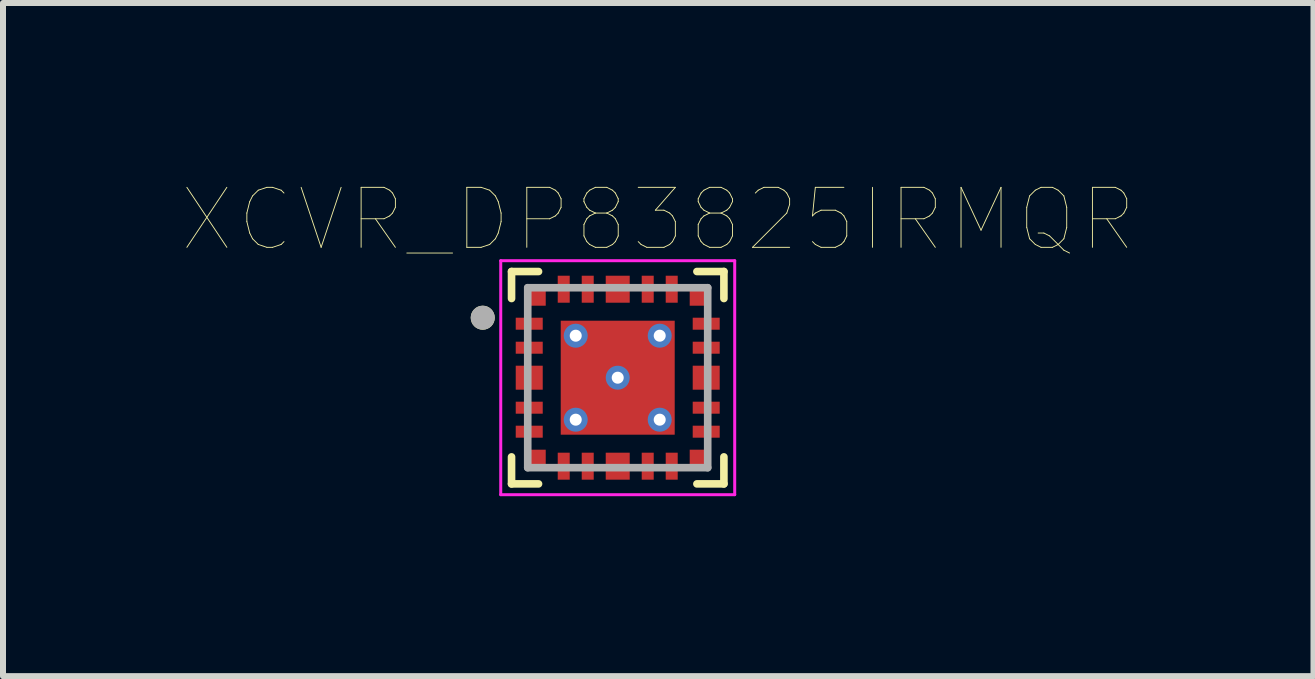
<source format=kicad_pcb>
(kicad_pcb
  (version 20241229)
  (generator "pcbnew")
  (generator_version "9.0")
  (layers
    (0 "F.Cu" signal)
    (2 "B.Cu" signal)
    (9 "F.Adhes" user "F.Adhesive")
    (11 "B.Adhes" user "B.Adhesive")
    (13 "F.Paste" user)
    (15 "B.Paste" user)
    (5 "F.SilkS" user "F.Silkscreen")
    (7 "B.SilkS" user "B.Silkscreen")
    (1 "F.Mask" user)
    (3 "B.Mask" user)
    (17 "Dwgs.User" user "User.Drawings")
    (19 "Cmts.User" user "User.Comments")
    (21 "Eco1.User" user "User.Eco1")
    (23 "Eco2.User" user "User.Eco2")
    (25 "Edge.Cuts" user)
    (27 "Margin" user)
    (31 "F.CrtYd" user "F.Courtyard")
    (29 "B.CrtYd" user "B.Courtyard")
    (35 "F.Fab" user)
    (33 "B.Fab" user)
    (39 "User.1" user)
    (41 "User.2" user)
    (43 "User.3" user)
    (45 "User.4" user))
  (footprint "XCVR_DP83825IRMQR"
    (layer "F.Cu")
    (at 7.247 3.246)
    (property "Reference" "XCVR_DP83825IRMQR" (at 0.675 -2.635 0) (layer "F.SilkS") (effects (font (size 1 1) (thickness 0.015))))
    (attr through_hole)
    (fp_poly (pts (xy -1.75 -1.05) (xy -1.2 -1.05) (xy -1.2 -0.75) (xy -1.75 -0.75)) (stroke (width 0.01) (type solid)) (fill yes) (layer "F.Mask"))
    (fp_poly (pts (xy -1.75 -0.65) (xy -1.2 -0.65) (xy -1.2 -0.35) (xy -1.75 -0.35)) (stroke (width 0.01) (type solid)) (fill yes) (layer "F.Mask"))
    (fp_poly (pts (xy -1.75 -0.25) (xy -1.2 -0.25) (xy -1.2 0.25) (xy -1.75 0.25)) (stroke (width 0.01) (type solid)) (fill yes) (layer "F.Mask"))
    (fp_poly (pts (xy -1.75 0.35) (xy -1.2 0.35) (xy -1.2 0.65) (xy -1.75 0.65)) (stroke (width 0.01) (type solid)) (fill yes) (layer "F.Mask"))
    (fp_poly (pts (xy -1.75 0.75) (xy -1.2 0.75) (xy -1.2 1.05) (xy -1.75 1.05)) (stroke (width 0.01) (type solid)) (fill yes) (layer "F.Mask"))
    (fp_poly (pts (xy -1.5 -1.5) (xy -1.15 -1.5) (xy -1.15 -1.15) (xy -1.5 -1.15)) (stroke (width 0.01) (type solid)) (fill yes) (layer "F.Mask"))
    (fp_poly (pts (xy -1.5 1.15) (xy -1.15 1.15) (xy -1.15 1.5) (xy -1.5 1.5)) (stroke (width 0.01) (type solid)) (fill yes) (layer "F.Mask"))
    (fp_poly (pts (xy -1.05 -1.75) (xy -0.75 -1.75) (xy -0.75 -1.2) (xy -1.05 -1.2)) (stroke (width 0.01) (type solid)) (fill yes) (layer "F.Mask"))
    (fp_poly (pts (xy -1.05 1.2) (xy -0.75 1.2) (xy -0.75 1.75) (xy -1.05 1.75)) (stroke (width 0.01) (type solid)) (fill yes) (layer "F.Mask"))
    (fp_poly (pts (xy -1 -1) (xy 1 -1) (xy 1 1) (xy -1 1)) (stroke (width 0.01) (type solid)) (fill yes) (layer "F.Mask"))
    (fp_poly (pts (xy -0.65 -1.75) (xy -0.35 -1.75) (xy -0.35 -1.2) (xy -0.65 -1.2)) (stroke (width 0.01) (type solid)) (fill yes) (layer "F.Mask"))
    (fp_poly (pts (xy -0.65 1.2) (xy -0.35 1.2) (xy -0.35 1.75) (xy -0.65 1.75)) (stroke (width 0.01) (type solid)) (fill yes) (layer "F.Mask"))
    (fp_poly (pts (xy -0.25 -1.75) (xy 0.25 -1.75) (xy 0.25 -1.2) (xy -0.25 -1.2)) (stroke (width 0.01) (type solid)) (fill yes) (layer "F.Mask"))
    (fp_poly (pts (xy -0.25 1.2) (xy 0.25 1.2) (xy 0.25 1.75) (xy -0.25 1.75)) (stroke (width 0.01) (type solid)) (fill yes) (layer "F.Mask"))
    (fp_poly (pts (xy 0.35 -1.75) (xy 0.65 -1.75) (xy 0.65 -1.2) (xy 0.35 -1.2)) (stroke (width 0.01) (type solid)) (fill yes) (layer "F.Mask"))
    (fp_poly (pts (xy 0.35 1.2) (xy 0.65 1.2) (xy 0.65 1.75) (xy 0.35 1.75)) (stroke (width 0.01) (type solid)) (fill yes) (layer "F.Mask"))
    (fp_poly (pts (xy 0.75 -1.75) (xy 1.05 -1.75) (xy 1.05 -1.2) (xy 0.75 -1.2)) (stroke (width 0.01) (type solid)) (fill yes) (layer "F.Mask"))
    (fp_poly (pts (xy 0.75 1.2) (xy 1.05 1.2) (xy 1.05 1.75) (xy 0.75 1.75)) (stroke (width 0.01) (type solid)) (fill yes) (layer "F.Mask"))
    (fp_poly (pts (xy 1.15 -1.5) (xy 1.5 -1.5) (xy 1.5 -1.15) (xy 1.15 -1.15)) (stroke (width 0.01) (type solid)) (fill yes) (layer "F.Mask"))
    (fp_poly (pts (xy 1.15 1.15) (xy 1.5 1.15) (xy 1.5 1.5) (xy 1.15 1.5)) (stroke (width 0.01) (type solid)) (fill yes) (layer "F.Mask"))
    (fp_poly (pts (xy 1.2 -1.05) (xy 1.75 -1.05) (xy 1.75 -0.75) (xy 1.2 -0.75)) (stroke (width 0.01) (type solid)) (fill yes) (layer "F.Mask"))
    (fp_poly (pts (xy 1.2 -0.65) (xy 1.75 -0.65) (xy 1.75 -0.35) (xy 1.2 -0.35)) (stroke (width 0.01) (type solid)) (fill yes) (layer "F.Mask"))
    (fp_poly (pts (xy 1.2 -0.25) (xy 1.75 -0.25) (xy 1.75 0.25) (xy 1.2 0.25)) (stroke (width 0.01) (type solid)) (fill yes) (layer "F.Mask"))
    (fp_poly (pts (xy 1.2 0.35) (xy 1.75 0.35) (xy 1.75 0.65) (xy 1.2 0.65)) (stroke (width 0.01) (type solid)) (fill yes) (layer "F.Mask"))
    (fp_poly (pts (xy 1.2 0.75) (xy 1.75 0.75) (xy 1.75 1.05) (xy 1.2 1.05)) (stroke (width 0.01) (type solid)) (fill yes) (layer "F.Mask"))
    (fp_line (start -1.77 -1.77) (end -1.77 -1.32) (stroke (width 0.127) (type solid)) (layer "F.SilkS"))
    (fp_line (start -1.77 -1.77) (end -1.32 -1.77) (stroke (width 0.127) (type solid)) (layer "F.SilkS"))
    (fp_line (start -1.77 1.77) (end -1.77 1.32) (stroke (width 0.127) (type solid)) (layer "F.SilkS"))
    (fp_line (start -1.77 1.77) (end -1.32 1.77) (stroke (width 0.127) (type solid)) (layer "F.SilkS"))
    (fp_line (start 1.77 -1.77) (end 1.32 -1.77) (stroke (width 0.127) (type solid)) (layer "F.SilkS"))
    (fp_line (start 1.77 -1.77) (end 1.77 -1.32) (stroke (width 0.127) (type solid)) (layer "F.SilkS"))
    (fp_line (start 1.77 1.77) (end 1.32 1.77) (stroke (width 0.127) (type solid)) (layer "F.SilkS"))
    (fp_line (start 1.77 1.77) (end 1.77 1.32) (stroke (width 0.127) (type solid)) (layer "F.SilkS"))
    (fp_circle (center -2.25 -1) (end -2.15 -1) (stroke (width 0.2) (type solid)) (fill no) (layer "F.SilkS"))
    (fp_poly (pts (xy -0.855 -0.855) (xy 0.855 -0.855) (xy 0.855 0.855) (xy -0.855 0.855)) (stroke (width 0.01) (type solid)) (fill yes) (layer "F.Paste"))
    (fp_line (start -1.95 -1.95) (end 1.95 -1.95) (stroke (width 0.05) (type solid)) (layer "F.CrtYd"))
    (fp_line (start -1.95 1.95) (end -1.95 -1.95) (stroke (width 0.05) (type solid)) (layer "F.CrtYd"))
    (fp_line (start -1.95 1.95) (end 1.95 1.95) (stroke (width 0.05) (type solid)) (layer "F.CrtYd"))
    (fp_line (start 1.95 1.95) (end 1.95 -1.95) (stroke (width 0.05) (type solid)) (layer "F.CrtYd"))
    (fp_line (start -1.5 1.5) (end -1.5 -1.5) (stroke (width 0.127) (type solid)) (layer "F.Fab"))
    (fp_line (start 1.5 -1.5) (end -1.5 -1.5) (stroke (width 0.127) (type solid)) (layer "F.Fab"))
    (fp_line (start 1.5 1.5) (end -1.5 1.5) (stroke (width 0.127) (type solid)) (layer "F.Fab"))
    (fp_line (start 1.5 1.5) (end 1.5 -1.5) (stroke (width 0.127) (type solid)) (layer "F.Fab"))
    (fp_circle (center -2.25 -1) (end -2.15 -1) (stroke (width 0.2) (type solid)) (fill no) (layer "F.Fab"))
    (pad "1" smd rect (at -1.475 -0.9) (size 0.45 0.2) (layers "F.Cu" "F.Paste"))
    (pad "2" smd rect (at -1.475 -0.5) (size 0.45 0.2) (layers "F.Cu" "F.Paste"))
    (pad "3" smd rect (at -1.475 0) (size 0.45 0.4) (layers "F.Cu" "F.Paste"))
    (pad "4" smd rect (at -1.475 0.5) (size 0.45 0.2) (layers "F.Cu" "F.Paste"))
    (pad "5" smd rect (at -1.475 0.9) (size 0.45 0.2) (layers "F.Cu" "F.Paste"))
    (pad "6" smd rect (at -1.325 1.325) (size 0.25 0.25) (layers "F.Cu" "F.Paste"))
    (pad "7" smd rect (at -0.9 1.475) (size 0.2 0.45) (layers "F.Cu" "F.Paste"))
    (pad "8" smd rect (at -0.5 1.475) (size 0.2 0.45) (layers "F.Cu" "F.Paste"))
    (pad "9" smd rect (at 0 1.475) (size 0.4 0.45) (layers "F.Cu" "F.Paste"))
    (pad "10" smd rect (at 0.5 1.475) (size 0.2 0.45) (layers "F.Cu" "F.Paste"))
    (pad "11" smd rect (at 0.9 1.475) (size 0.2 0.45) (layers "F.Cu" "F.Paste"))
    (pad "12" smd rect (at 1.325 1.325) (size 0.25 0.25) (layers "F.Cu" "F.Paste"))
    (pad "13" smd rect (at 1.475 0.9) (size 0.45 0.2) (layers "F.Cu" "F.Paste"))
    (pad "14" smd rect (at 1.475 0.5) (size 0.45 0.2) (layers "F.Cu" "F.Paste"))
    (pad "15" smd rect (at 1.475 0) (size 0.45 0.4) (layers "F.Cu" "F.Paste"))
    (pad "16" smd rect (at 1.475 -0.5) (size 0.45 0.2) (layers "F.Cu" "F.Paste"))
    (pad "17" smd rect (at 1.475 -0.9) (size 0.45 0.2) (layers "F.Cu" "F.Paste"))
    (pad "18" smd rect (at 1.325 -1.325) (size 0.25 0.25) (layers "F.Cu" "F.Paste"))
    (pad "19" smd rect (at 0.9 -1.475) (size 0.2 0.45) (layers "F.Cu" "F.Paste"))
    (pad "20" smd rect (at 0.5 -1.475) (size 0.2 0.45) (layers "F.Cu" "F.Paste"))
    (pad "21" smd rect (at 0 -1.475) (size 0.4 0.45) (layers "F.Cu" "F.Paste"))
    (pad "22" smd rect (at -0.5 -1.475) (size 0.2 0.45) (layers "F.Cu" "F.Paste"))
    (pad "23" smd rect (at -0.9 -1.475) (size 0.2 0.45) (layers "F.Cu" "F.Paste"))
    (pad "24" smd rect (at -1.325 -1.325) (size 0.25 0.25) (layers "F.Cu" "F.Paste"))
    (pad "25" smd rect (at 0 0) (size 1.9 1.9) (layers "F.Cu"))
    (pad "26" thru_hole circle (at -0.7 -0.7) (size 0.4 0.4) (drill 0.2) (layers "*.Cu"))
    (pad "27" thru_hole circle (at 0.7 -0.7) (size 0.4 0.4) (drill 0.2) (layers "*.Cu"))
    (pad "28" thru_hole circle (at 0 0) (size 0.4 0.4) (drill 0.2) (layers "*.Cu"))
    (pad "29" thru_hole circle (at -0.7 0.7) (size 0.4 0.4) (drill 0.2) (layers "*.Cu"))
    (pad "30" thru_hole circle (at 0.7 0.7) (size 0.4 0.4) (drill 0.2) (layers "*.Cu")))
  (gr_rect
    (start -3 -3)
    (end 18.845 8.221)
    (stroke (width 0.1) (type default))
    (fill no)
    (layer "Edge.Cuts")))
</source>
